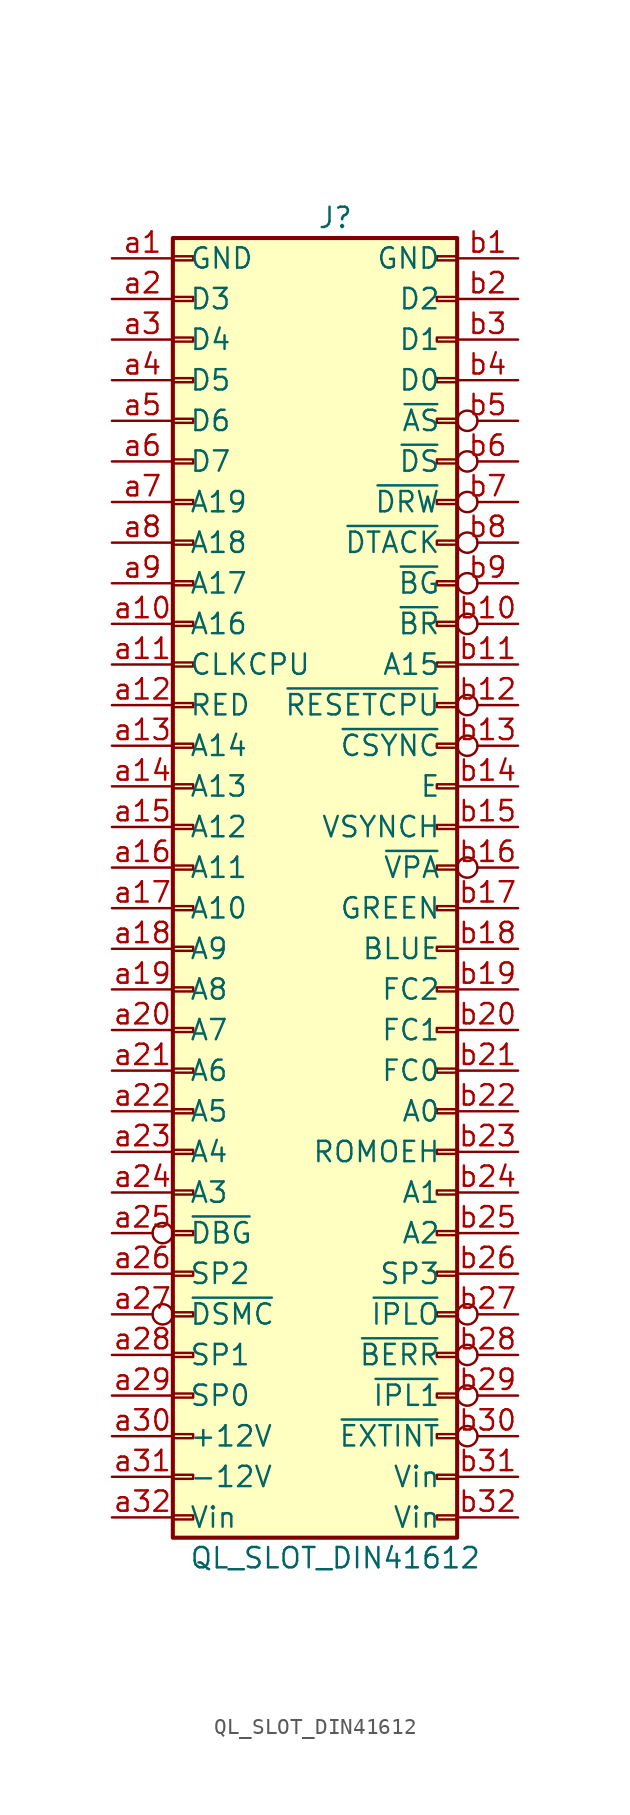
<source format=kicad_sym>
(kicad_symbol_lib
  (version 20220914)
  (generator kicad_symbol_editor)
  (symbol "QL_SLOT_DIN41612"
    (pin_names
      (offset 1.016))
    (property "Reference" "J"
      (at 1.27 40.64 0)
      (effects (font (size 1.27 1.27))))
    (property "Value" "QL_SLOT_DIN41612"
      (at 1.27 -43.18 0)
      (effects (font (size 1.27 1.27))))
    (symbol "QL_SLOT_DIN41612_1_1"
      (rectangle (start -8.89 -40.513) (end -7.62 -40.767) (stroke (width 0.152) (type default)) (fill (type none)))
      (rectangle (start -8.89 -37.973) (end -7.62 -38.227) (stroke (width 0.152) (type default)) (fill (type none)))
      (rectangle (start -8.89 -35.433) (end -7.62 -35.687) (stroke (width 0.152) (type default)) (fill (type none)))
      (rectangle (start -8.89 -32.893) (end -7.62 -33.147) (stroke (width 0.152) (type default)) (fill (type none)))
      (rectangle (start -8.89 -30.353) (end -7.62 -30.607) (stroke (width 0.152) (type default)) (fill (type none)))
      (rectangle (start -8.89 -27.813) (end -7.62 -28.067) (stroke (width 0.152) (type default)) (fill (type none)))
      (rectangle (start -8.89 -25.273) (end -7.62 -25.527) (stroke (width 0.152) (type default)) (fill (type none)))
      (rectangle (start -8.89 -22.733) (end -7.62 -22.987) (stroke (width 0.152) (type default)) (fill (type none)))
      (rectangle (start -8.89 -20.193) (end -7.62 -20.447) (stroke (width 0.152) (type default)) (fill (type none)))
      (rectangle (start -8.89 -17.653) (end -7.62 -17.907) (stroke (width 0.152) (type default)) (fill (type none)))
      (rectangle (start -8.89 -15.113) (end -7.62 -15.367) (stroke (width 0.152) (type default)) (fill (type none)))
      (rectangle (start -8.89 -12.573) (end -7.62 -12.827) (stroke (width 0.152) (type default)) (fill (type none)))
      (rectangle (start -8.89 -10.033) (end -7.62 -10.287) (stroke (width 0.152) (type default)) (fill (type none)))
      (rectangle (start -8.89 -7.493) (end -7.62 -7.747) (stroke (width 0.152) (type default)) (fill (type none)))
      (rectangle (start -8.89 -4.953) (end -7.62 -5.207) (stroke (width 0.152) (type default)) (fill (type none)))
      (rectangle (start -8.89 -2.413) (end -7.62 -2.667) (stroke (width 0.152) (type default)) (fill (type none)))
      (rectangle (start -8.89 0.127) (end -7.62 -0.127) (stroke (width 0.152) (type default)) (fill (type none)))
      (rectangle (start -8.89 2.667) (end -7.62 2.413) (stroke (width 0.152) (type default)) (fill (type none)))
      (rectangle (start -8.89 5.207) (end -7.62 4.953) (stroke (width 0.152) (type default)) (fill (type none)))
      (rectangle (start -8.89 7.747) (end -7.62 7.493) (stroke (width 0.152) (type default)) (fill (type none)))
      (rectangle (start -8.89 10.287) (end -7.62 10.033) (stroke (width 0.152) (type default)) (fill (type none)))
      (rectangle (start -8.89 12.827) (end -7.62 12.573) (stroke (width 0.152) (type default)) (fill (type none)))
      (rectangle (start -8.89 15.367) (end -7.62 15.113) (stroke (width 0.152) (type default)) (fill (type none)))
      (rectangle (start -8.89 17.907) (end -7.62 17.653) (stroke (width 0.152) (type default)) (fill (type none)))
      (rectangle (start -8.89 20.447) (end -7.62 20.193) (stroke (width 0.152) (type default)) (fill (type none)))
      (rectangle (start -8.89 22.987) (end -7.62 22.733) (stroke (width 0.152) (type default)) (fill (type none)))
      (rectangle (start -8.89 25.527) (end -7.62 25.273) (stroke (width 0.152) (type default)) (fill (type none)))
      (rectangle (start -8.89 28.067) (end -7.62 27.813) (stroke (width 0.152) (type default)) (fill (type none)))
      (rectangle (start -8.89 30.607) (end -7.62 30.353) (stroke (width 0.152) (type default)) (fill (type none)))
      (rectangle (start -8.89 33.147) (end -7.62 32.893) (stroke (width 0.152) (type default)) (fill (type none)))
      (rectangle (start -8.89 35.687) (end -7.62 35.433) (stroke (width 0.152) (type default)) (fill (type none)))
      (rectangle (start -8.89 38.227) (end -7.62 37.973) (stroke (width 0.152) (type default)) (fill (type none)))
      (rectangle (start -8.89 39.37) (end 8.89 -41.91) (stroke (width 0.254) (type default)) (fill (type background)))
      (rectangle (start 8.89 -40.513) (end 7.62 -40.767) (stroke (width 0.152) (type default)) (fill (type none)))
      (rectangle (start 8.89 -37.973) (end 7.62 -38.227) (stroke (width 0.152) (type default)) (fill (type none)))
      (rectangle (start 8.89 -35.433) (end 7.62 -35.687) (stroke (width 0.152) (type default)) (fill (type none)))
      (rectangle (start 8.89 -32.893) (end 7.62 -33.147) (stroke (width 0.152) (type default)) (fill (type none)))
      (rectangle (start 8.89 -30.353) (end 7.62 -30.607) (stroke (width 0.152) (type default)) (fill (type none)))
      (rectangle (start 8.89 -27.813) (end 7.62 -28.067) (stroke (width 0.152) (type default)) (fill (type none)))
      (rectangle (start 8.89 -25.273) (end 7.62 -25.527) (stroke (width 0.152) (type default)) (fill (type none)))
      (rectangle (start 8.89 -22.733) (end 7.62 -22.987) (stroke (width 0.152) (type default)) (fill (type none)))
      (rectangle (start 8.89 -20.193) (end 7.62 -20.447) (stroke (width 0.152) (type default)) (fill (type none)))
      (rectangle (start 8.89 -17.653) (end 7.62 -17.907) (stroke (width 0.152) (type default)) (fill (type none)))
      (rectangle (start 8.89 -15.113) (end 7.62 -15.367) (stroke (width 0.152) (type default)) (fill (type none)))
      (rectangle (start 8.89 -12.573) (end 7.62 -12.827) (stroke (width 0.152) (type default)) (fill (type none)))
      (rectangle (start 8.89 -10.033) (end 7.62 -10.287) (stroke (width 0.152) (type default)) (fill (type none)))
      (rectangle (start 8.89 -7.493) (end 7.62 -7.747) (stroke (width 0.152) (type default)) (fill (type none)))
      (rectangle (start 8.89 -4.953) (end 7.62 -5.207) (stroke (width 0.152) (type default)) (fill (type none)))
      (rectangle (start 8.89 -2.413) (end 7.62 -2.667) (stroke (width 0.152) (type default)) (fill (type none)))
      (rectangle (start 8.89 0.127) (end 7.62 -0.127) (stroke (width 0.152) (type default)) (fill (type none)))
      (rectangle (start 8.89 2.667) (end 7.62 2.413) (stroke (width 0.152) (type default)) (fill (type none)))
      (rectangle (start 8.89 5.207) (end 7.62 4.953) (stroke (width 0.152) (type default)) (fill (type none)))
      (rectangle (start 8.89 7.747) (end 7.62 7.493) (stroke (width 0.152) (type default)) (fill (type none)))
      (rectangle (start 8.89 10.287) (end 7.62 10.033) (stroke (width 0.152) (type default)) (fill (type none)))
      (rectangle (start 8.89 12.827) (end 7.62 12.573) (stroke (width 0.152) (type default)) (fill (type none)))
      (rectangle (start 8.89 15.367) (end 7.62 15.113) (stroke (width 0.152) (type default)) (fill (type none)))
      (rectangle (start 8.89 17.907) (end 7.62 17.653) (stroke (width 0.152) (type default)) (fill (type none)))
      (rectangle (start 8.89 20.447) (end 7.62 20.193) (stroke (width 0.152) (type default)) (fill (type none)))
      (rectangle (start 8.89 22.987) (end 7.62 22.733) (stroke (width 0.152) (type default)) (fill (type none)))
      (rectangle (start 8.89 25.527) (end 7.62 25.273) (stroke (width 0.152) (type default)) (fill (type none)))
      (rectangle (start 8.89 28.067) (end 7.62 27.813) (stroke (width 0.152) (type default)) (fill (type none)))
      (rectangle (start 8.89 30.607) (end 7.62 30.353) (stroke (width 0.152) (type default)) (fill (type none)))
      (rectangle (start 8.89 33.147) (end 7.62 32.893) (stroke (width 0.152) (type default)) (fill (type none)))
      (rectangle (start 8.89 35.687) (end 7.62 35.433) (stroke (width 0.152) (type default)) (fill (type none)))
      (rectangle (start 8.89 38.227) (end 7.62 37.973) (stroke (width 0.152) (type default)) (fill (type none)))
      (pin passive line (at -12.7 38.1 0) (length 3.81) (name "GND" (effects (font (size 1.27 1.27)))) (number "a1" (effects (font (size 1.27 1.27)))))
      (pin passive line (at -12.7 15.24 0) (length 3.81) (name "A16" (effects (font (size 1.27 1.27)))) (number "a10" (effects (font (size 1.27 1.27)))))
      (pin passive line (at -12.7 12.7 0) (length 3.81) (name "CLKCPU" (effects (font (size 1.27 1.27)))) (number "a11" (effects (font (size 1.27 1.27)))))
      (pin passive line (at -12.7 10.16 0) (length 3.81) (name "RED" (effects (font (size 1.27 1.27)))) (number "a12" (effects (font (size 1.27 1.27)))))
      (pin passive line (at -12.7 7.62 0) (length 3.81) (name "A14" (effects (font (size 1.27 1.27)))) (number "a13" (effects (font (size 1.27 1.27)))))
      (pin passive line (at -12.7 5.08 0) (length 3.81) (name "A13" (effects (font (size 1.27 1.27)))) (number "a14" (effects (font (size 1.27 1.27)))))
      (pin passive line (at -12.7 2.54 0) (length 3.81) (name "A12" (effects (font (size 1.27 1.27)))) (number "a15" (effects (font (size 1.27 1.27)))))
      (pin passive line (at -12.7 0 0) (length 3.81) (name "A11" (effects (font (size 1.27 1.27)))) (number "a16" (effects (font (size 1.27 1.27)))))
      (pin passive line (at -12.7 -2.54 0) (length 3.81) (name "A10" (effects (font (size 1.27 1.27)))) (number "a17" (effects (font (size 1.27 1.27)))))
      (pin passive line (at -12.7 -5.08 0) (length 3.81) (name "A9" (effects (font (size 1.27 1.27)))) (number "a18" (effects (font (size 1.27 1.27)))))
      (pin passive line (at -12.7 -7.62 0) (length 3.81) (name "A8" (effects (font (size 1.27 1.27)))) (number "a19" (effects (font (size 1.27 1.27)))))
      (pin bidirectional line (at -12.7 35.56 0) (length 3.81) (name "D3" (effects (font (size 1.27 1.27)))) (number "a2" (effects (font (size 1.27 1.27)))))
      (pin passive line (at -12.7 -10.16 0) (length 3.81) (name "A7" (effects (font (size 1.27 1.27)))) (number "a20" (effects (font (size 1.27 1.27)))))
      (pin passive line (at -12.7 -12.7 0) (length 3.81) (name "A6" (effects (font (size 1.27 1.27)))) (number "a21" (effects (font (size 1.27 1.27)))))
      (pin passive line (at -12.7 -15.24 0) (length 3.81) (name "A5" (effects (font (size 1.27 1.27)))) (number "a22" (effects (font (size 1.27 1.27)))))
      (pin passive line (at -12.7 -17.78 0) (length 3.81) (name "A4" (effects (font (size 1.27 1.27)))) (number "a23" (effects (font (size 1.27 1.27)))))
      (pin passive line (at -12.7 -20.32 0) (length 3.81) (name "A3" (effects (font (size 1.27 1.27)))) (number "a24" (effects (font (size 1.27 1.27)))))
      (pin passive inverted (at -12.7 -22.86 0) (length 3.81) (name "~{DBG}" (effects (font (size 1.27 1.27)))) (number "a25" (effects (font (size 1.27 1.27)))))
      (pin passive line (at -12.7 -25.4 0) (length 3.81) (name "SP2" (effects (font (size 1.27 1.27)))) (number "a26" (effects (font (size 1.27 1.27)))))
      (pin passive inverted (at -12.7 -27.94 0) (length 3.81) (name "~{DSMC}" (effects (font (size 1.27 1.27)))) (number "a27" (effects (font (size 1.27 1.27)))))
      (pin passive line (at -12.7 -30.48 0) (length 3.81) (name "SP1" (effects (font (size 1.27 1.27)))) (number "a28" (effects (font (size 1.27 1.27)))))
      (pin passive line (at -12.7 -33.02 0) (length 3.81) (name "SP0" (effects (font (size 1.27 1.27)))) (number "a29" (effects (font (size 1.27 1.27)))))
      (pin bidirectional line (at -12.7 33.02 0) (length 3.81) (name "D4" (effects (font (size 1.27 1.27)))) (number "a3" (effects (font (size 1.27 1.27)))))
      (pin passive line (at -12.7 -35.56 0) (length 3.81) (name "+12V" (effects (font (size 1.27 1.27)))) (number "a30" (effects (font (size 1.27 1.27)))))
      (pin passive line (at -12.7 -38.1 0) (length 3.81) (name "-12V" (effects (font (size 1.27 1.27)))) (number "a31" (effects (font (size 1.27 1.27)))))
      (pin passive line (at -12.7 -40.64 0) (length 3.81) (name "Vin" (effects (font (size 1.27 1.27)))) (number "a32" (effects (font (size 1.27 1.27)))))
      (pin bidirectional line (at -12.7 30.48 0) (length 3.81) (name "D5" (effects (font (size 1.27 1.27)))) (number "a4" (effects (font (size 1.27 1.27)))))
      (pin bidirectional line (at -12.7 27.94 0) (length 3.81) (name "D6" (effects (font (size 1.27 1.27)))) (number "a5" (effects (font (size 1.27 1.27)))))
      (pin bidirectional line (at -12.7 25.4 0) (length 3.81) (name "D7" (effects (font (size 1.27 1.27)))) (number "a6" (effects (font (size 1.27 1.27)))))
      (pin passive line (at -12.7 22.86 0) (length 3.81) (name "A19" (effects (font (size 1.27 1.27)))) (number "a7" (effects (font (size 1.27 1.27)))))
      (pin passive line (at -12.7 20.32 0) (length 3.81) (name "A18" (effects (font (size 1.27 1.27)))) (number "a8" (effects (font (size 1.27 1.27)))))
      (pin passive line (at -12.7 17.78 0) (length 3.81) (name "A17" (effects (font (size 1.27 1.27)))) (number "a9" (effects (font (size 1.27 1.27)))))
      (pin passive line (at 12.7 38.1 180) (length 3.81) (name "GND" (effects (font (size 1.27 1.27)))) (number "b1" (effects (font (size 1.27 1.27)))))
      (pin passive inverted (at 12.7 15.24 180) (length 3.81) (name "~{BR}" (effects (font (size 1.27 1.27)))) (number "b10" (effects (font (size 1.27 1.27)))))
      (pin passive line (at 12.7 12.7 180) (length 3.81) (name "A15" (effects (font (size 1.27 1.27)))) (number "b11" (effects (font (size 1.27 1.27)))))
      (pin passive inverted (at 12.7 10.16 180) (length 3.81) (name "~{RESETCPU}" (effects (font (size 1.27 1.27)))) (number "b12" (effects (font (size 1.27 1.27)))))
      (pin passive inverted (at 12.7 7.62 180) (length 3.81) (name "~{CSYNC}" (effects (font (size 1.27 1.27)))) (number "b13" (effects (font (size 1.27 1.27)))))
      (pin passive line (at 12.7 5.08 180) (length 3.81) (name "E" (effects (font (size 1.27 1.27)))) (number "b14" (effects (font (size 1.27 1.27)))))
      (pin passive line (at 12.7 2.54 180) (length 3.81) (name "VSYNCH" (effects (font (size 1.27 1.27)))) (number "b15" (effects (font (size 1.27 1.27)))))
      (pin passive inverted (at 12.7 0 180) (length 3.81) (name "~{VPA}" (effects (font (size 1.27 1.27)))) (number "b16" (effects (font (size 1.27 1.27)))))
      (pin passive line (at 12.7 -2.54 180) (length 3.81) (name "GREEN" (effects (font (size 1.27 1.27)))) (number "b17" (effects (font (size 1.27 1.27)))))
      (pin passive line (at 12.7 -5.08 180) (length 3.81) (name "BLUE" (effects (font (size 1.27 1.27)))) (number "b18" (effects (font (size 1.27 1.27)))))
      (pin passive line (at 12.7 -7.62 180) (length 3.81) (name "FC2" (effects (font (size 1.27 1.27)))) (number "b19" (effects (font (size 1.27 1.27)))))
      (pin bidirectional line (at 12.7 35.56 180) (length 3.81) (name "D2" (effects (font (size 1.27 1.27)))) (number "b2" (effects (font (size 1.27 1.27)))))
      (pin passive line (at 12.7 -10.16 180) (length 3.81) (name "FC1" (effects (font (size 1.27 1.27)))) (number "b20" (effects (font (size 1.27 1.27)))))
      (pin passive line (at 12.7 -12.7 180) (length 3.81) (name "FC0" (effects (font (size 1.27 1.27)))) (number "b21" (effects (font (size 1.27 1.27)))))
      (pin passive line (at 12.7 -15.24 180) (length 3.81) (name "A0" (effects (font (size 1.27 1.27)))) (number "b22" (effects (font (size 1.27 1.27)))))
      (pin passive line (at 12.7 -17.78 180) (length 3.81) (name "ROMOEH" (effects (font (size 1.27 1.27)))) (number "b23" (effects (font (size 1.27 1.27)))))
      (pin passive line (at 12.7 -20.32 180) (length 3.81) (name "A1" (effects (font (size 1.27 1.27)))) (number "b24" (effects (font (size 1.27 1.27)))))
      (pin passive line (at 12.7 -22.86 180) (length 3.81) (name "A2" (effects (font (size 1.27 1.27)))) (number "b25" (effects (font (size 1.27 1.27)))))
      (pin passive line (at 12.7 -25.4 180) (length 3.81) (name "SP3" (effects (font (size 1.27 1.27)))) (number "b26" (effects (font (size 1.27 1.27)))))
      (pin passive inverted (at 12.7 -27.94 180) (length 3.81) (name "~{IPLO}" (effects (font (size 1.27 1.27)))) (number "b27" (effects (font (size 1.27 1.27)))))
      (pin passive inverted (at 12.7 -30.48 180) (length 3.81) (name "~{BERR}" (effects (font (size 1.27 1.27)))) (number "b28" (effects (font (size 1.27 1.27)))))
      (pin passive inverted (at 12.7 -33.02 180) (length 3.81) (name "~{IPL1}" (effects (font (size 1.27 1.27)))) (number "b29" (effects (font (size 1.27 1.27)))))
      (pin bidirectional line (at 12.7 33.02 180) (length 3.81) (name "D1" (effects (font (size 1.27 1.27)))) (number "b3" (effects (font (size 1.27 1.27)))))
      (pin passive inverted (at 12.7 -35.56 180) (length 3.81) (name "~{EXTINT}" (effects (font (size 1.27 1.27)))) (number "b30" (effects (font (size 1.27 1.27)))))
      (pin passive line (at 12.7 -38.1 180) (length 3.81) (name "Vin" (effects (font (size 1.27 1.27)))) (number "b31" (effects (font (size 1.27 1.27)))))
      (pin passive line (at 12.7 -40.64 180) (length 3.81) (name "Vin" (effects (font (size 1.27 1.27)))) (number "b32" (effects (font (size 1.27 1.27)))))
      (pin bidirectional line (at 12.7 30.48 180) (length 3.81) (name "D0" (effects (font (size 1.27 1.27)))) (number "b4" (effects (font (size 1.27 1.27)))))
      (pin passive inverted (at 12.7 27.94 180) (length 3.81) (name "~{AS}" (effects (font (size 1.27 1.27)))) (number "b5" (effects (font (size 1.27 1.27)))))
      (pin passive inverted (at 12.7 25.4 180) (length 3.81) (name "~{DS}" (effects (font (size 1.27 1.27)))) (number "b6" (effects (font (size 1.27 1.27)))))
      (pin passive inverted (at 12.7 22.86 180) (length 3.81) (name "~{DRW}" (effects (font (size 1.27 1.27)))) (number "b7" (effects (font (size 1.27 1.27)))))
      (pin passive inverted (at 12.7 20.32 180) (length 3.81) (name "~{DTACK}" (effects (font (size 1.27 1.27)))) (number "b8" (effects (font (size 1.27 1.27)))))
      (pin passive inverted (at 12.7 17.78 180) (length 3.81) (name "~{BG}" (effects (font (size 1.27 1.27)))) (number "b9" (effects (font (size 1.27 1.27))))))))
</source>
